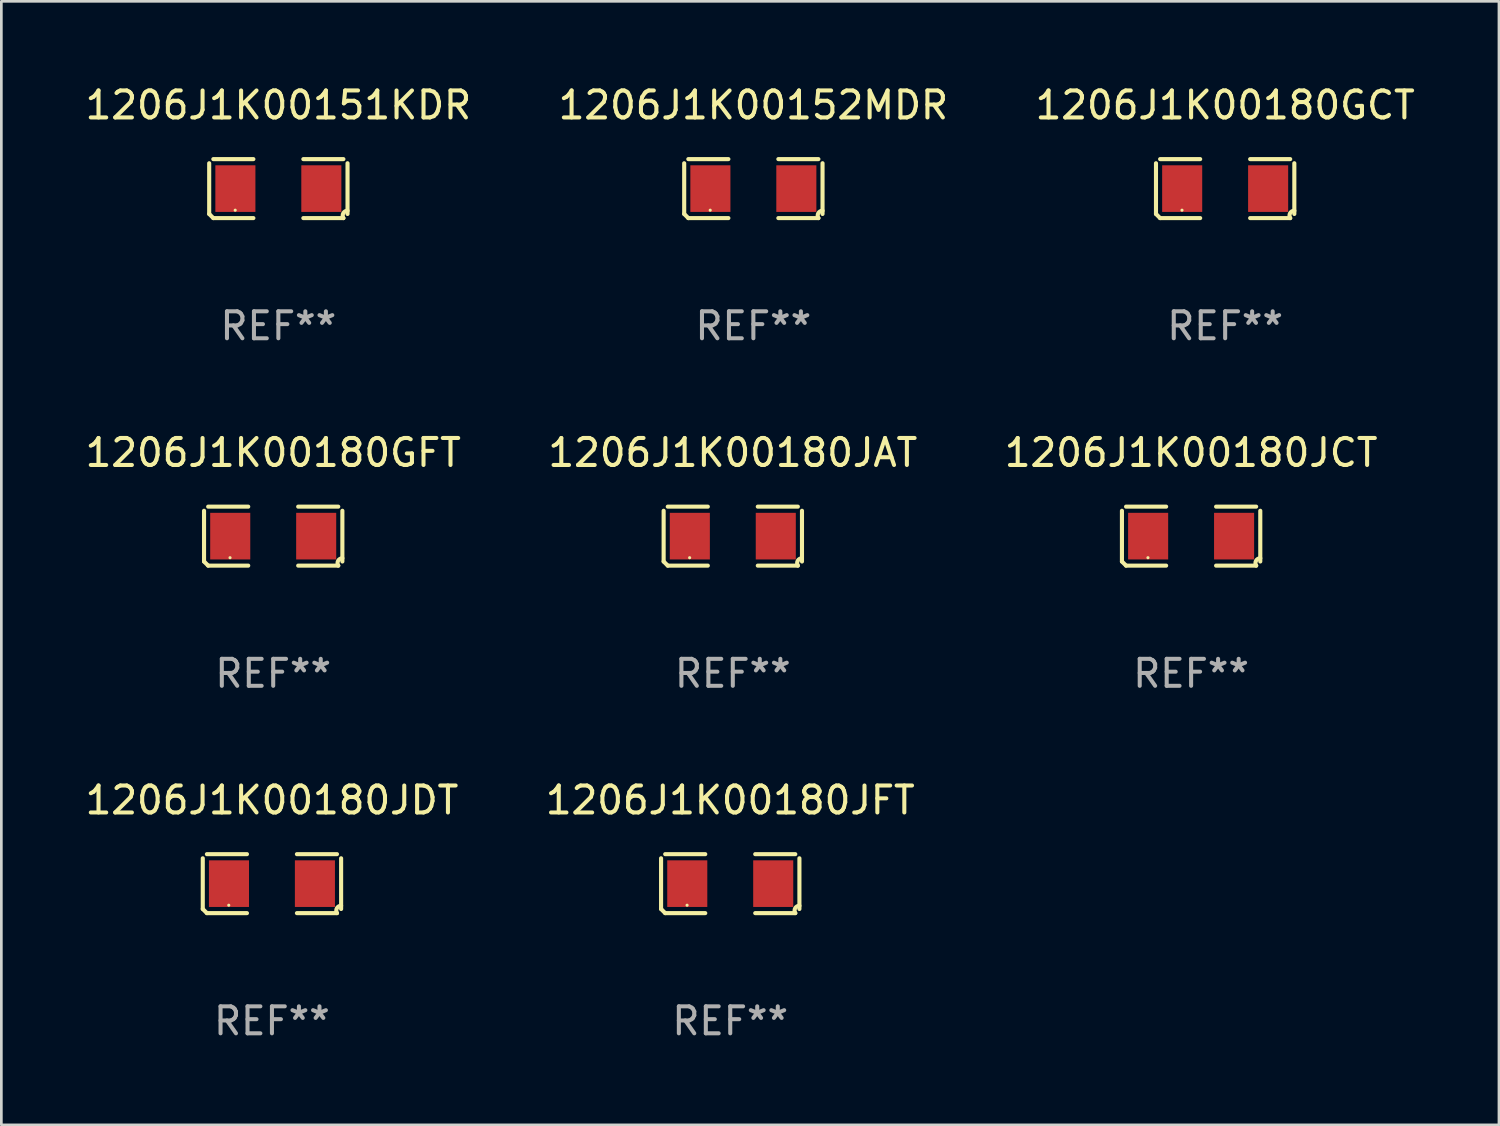
<source format=kicad_pcb>
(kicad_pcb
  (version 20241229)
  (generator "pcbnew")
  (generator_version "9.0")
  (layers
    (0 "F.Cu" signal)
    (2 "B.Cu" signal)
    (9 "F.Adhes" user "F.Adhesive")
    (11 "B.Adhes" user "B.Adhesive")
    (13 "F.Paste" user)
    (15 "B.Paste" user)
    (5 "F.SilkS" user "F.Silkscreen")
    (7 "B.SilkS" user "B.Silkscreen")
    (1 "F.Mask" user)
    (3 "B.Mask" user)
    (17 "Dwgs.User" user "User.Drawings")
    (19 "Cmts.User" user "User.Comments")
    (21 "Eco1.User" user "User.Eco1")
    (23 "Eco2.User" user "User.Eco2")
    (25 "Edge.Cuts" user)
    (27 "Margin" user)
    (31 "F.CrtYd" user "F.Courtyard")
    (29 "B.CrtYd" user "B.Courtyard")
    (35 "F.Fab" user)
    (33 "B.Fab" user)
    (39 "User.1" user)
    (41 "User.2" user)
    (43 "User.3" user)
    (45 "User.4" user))
  (footprint "1206J1K00152MDR"
    (layer "F.Cu")
    (at 24.875 3.941)
    (property "Reference" "1206J1K00152MDR" (at 0 -3.093 0) (layer "F.SilkS") (effects (font (size 1 1) (thickness 0.15))))
    (attr through_hole)
    (fp_line (start -2.564 0.94) (end -2.564 -0.94) (stroke (width 0.152) (type solid)) (layer "F.SilkS"))
    (fp_line (start -2.411 -1.093) (end -0.926 -1.093) (stroke (width 0.152) (type solid)) (layer "F.SilkS"))
    (fp_line (start -0.926 1.093) (end -2.411 1.093) (stroke (width 0.152) (type solid)) (layer "F.SilkS"))
    (fp_line (start 0.926 1.093) (end 2.411 1.093) (stroke (width 0.152) (type solid)) (layer "F.SilkS"))
    (fp_line (start 2.411 -1.093) (end 0.926 -1.093) (stroke (width 0.152) (type solid)) (layer "F.SilkS"))
    (fp_line (start 2.564 0.94) (end 2.564 -0.94) (stroke (width 0.152) (type solid)) (layer "F.SilkS"))
    (fp_arc (start -2.411201 1.092609) (mid -2.487413 1.01642) (end -2.563602 0.940208) (stroke (width 0.1524) (type solid)) (layer "F.SilkS"))
    (fp_arc (start 2.411201 1.092609) (mid 2.407159 0.911226) (end 2.563602 0.819347) (stroke (width 0.1524) (type solid)) (layer "F.SilkS"))
    (fp_circle (center -1.6 0.8) (end -1.57 0.8) (stroke (width 0.06) (type solid)) (fill no) (layer "F.SilkS"))
    (fp_text user "REF**" (at 0 5.093 0) (layer "F.Fab") (effects (font (size 1 1) (thickness 0.15))))
    (pad "1" smd rect (at -1.593 0) (size 1.485 1.728) (layers "F.Cu" "F.Mask" "F.Paste"))
    (pad "2" smd rect (at 1.593 0) (size 1.485 1.728) (layers "F.Cu" "F.Mask" "F.Paste")))
  (footprint "1206J1K00180JCT"
    (layer "F.Cu")
    (at 41.101 16.823)
    (property "Reference" "1206J1K00180JCT" (at 0 -3.093 0) (layer "F.SilkS") (effects (font (size 1 1) (thickness 0.15))))
    (attr through_hole)
    (fp_line (start -2.564 0.94) (end -2.564 -0.94) (stroke (width 0.152) (type solid)) (layer "F.SilkS"))
    (fp_line (start -2.411 -1.093) (end -0.926 -1.093) (stroke (width 0.152) (type solid)) (layer "F.SilkS"))
    (fp_line (start -0.926 1.093) (end -2.411 1.093) (stroke (width 0.152) (type solid)) (layer "F.SilkS"))
    (fp_line (start 0.926 1.093) (end 2.411 1.093) (stroke (width 0.152) (type solid)) (layer "F.SilkS"))
    (fp_line (start 2.411 -1.093) (end 0.926 -1.093) (stroke (width 0.152) (type solid)) (layer "F.SilkS"))
    (fp_line (start 2.564 0.94) (end 2.564 -0.94) (stroke (width 0.152) (type solid)) (layer "F.SilkS"))
    (fp_arc (start -2.411201 1.092609) (mid -2.487413 1.01642) (end -2.563602 0.940208) (stroke (width 0.1524) (type solid)) (layer "F.SilkS"))
    (fp_arc (start 2.411201 1.092609) (mid 2.407159 0.911226) (end 2.563602 0.819347) (stroke (width 0.1524) (type solid)) (layer "F.SilkS"))
    (fp_circle (center -1.6 0.8) (end -1.57 0.8) (stroke (width 0.06) (type solid)) (fill no) (layer "F.SilkS"))
    (fp_text user "REF**" (at 0 5.093 0) (layer "F.Fab") (effects (font (size 1 1) (thickness 0.15))))
    (pad "1" smd rect (at -1.593 0) (size 1.485 1.728) (layers "F.Cu" "F.Mask" "F.Paste"))
    (pad "2" smd rect (at 1.593 0) (size 1.485 1.728) (layers "F.Cu" "F.Mask" "F.Paste")))
  (footprint "1206J1K00180JFT"
    (layer "F.Cu")
    (at 24.018 29.704)
    (property "Reference" "1206J1K00180JFT" (at 0 -3.093 0) (layer "F.SilkS") (effects (font (size 1 1) (thickness 0.15))))
    (attr through_hole)
    (fp_line (start -2.564 0.94) (end -2.564 -0.94) (stroke (width 0.152) (type solid)) (layer "F.SilkS"))
    (fp_line (start -2.411 -1.093) (end -0.926 -1.093) (stroke (width 0.152) (type solid)) (layer "F.SilkS"))
    (fp_line (start -0.926 1.093) (end -2.411 1.093) (stroke (width 0.152) (type solid)) (layer "F.SilkS"))
    (fp_line (start 0.926 1.093) (end 2.411 1.093) (stroke (width 0.152) (type solid)) (layer "F.SilkS"))
    (fp_line (start 2.411 -1.093) (end 0.926 -1.093) (stroke (width 0.152) (type solid)) (layer "F.SilkS"))
    (fp_line (start 2.564 0.94) (end 2.564 -0.94) (stroke (width 0.152) (type solid)) (layer "F.SilkS"))
    (fp_arc (start -2.411201 1.092609) (mid -2.487413 1.01642) (end -2.563602 0.940208) (stroke (width 0.1524) (type solid)) (layer "F.SilkS"))
    (fp_arc (start 2.411201 1.092609) (mid 2.407159 0.911226) (end 2.563602 0.819347) (stroke (width 0.1524) (type solid)) (layer "F.SilkS"))
    (fp_circle (center -1.6 0.8) (end -1.57 0.8) (stroke (width 0.06) (type solid)) (fill no) (layer "F.SilkS"))
    (fp_text user "REF**" (at 0 5.093 0) (layer "F.Fab") (effects (font (size 1 1) (thickness 0.15))))
    (pad "1" smd rect (at -1.593 0) (size 1.485 1.728) (layers "F.Cu" "F.Mask" "F.Paste"))
    (pad "2" smd rect (at 1.593 0) (size 1.485 1.728) (layers "F.Cu" "F.Mask" "F.Paste")))
  (footprint "1206J1K00180GFT"
    (layer "F.Cu")
    (at 7.077 16.823)
    (property "Reference" "1206J1K00180GFT" (at 0 -3.093 0) (layer "F.SilkS") (effects (font (size 1 1) (thickness 0.15))))
    (attr through_hole)
    (fp_line (start -2.564 0.94) (end -2.564 -0.94) (stroke (width 0.152) (type solid)) (layer "F.SilkS"))
    (fp_line (start -2.411 -1.093) (end -0.926 -1.093) (stroke (width 0.152) (type solid)) (layer "F.SilkS"))
    (fp_line (start -0.926 1.093) (end -2.411 1.093) (stroke (width 0.152) (type solid)) (layer "F.SilkS"))
    (fp_line (start 0.926 1.093) (end 2.411 1.093) (stroke (width 0.152) (type solid)) (layer "F.SilkS"))
    (fp_line (start 2.411 -1.093) (end 0.926 -1.093) (stroke (width 0.152) (type solid)) (layer "F.SilkS"))
    (fp_line (start 2.564 0.94) (end 2.564 -0.94) (stroke (width 0.152) (type solid)) (layer "F.SilkS"))
    (fp_arc (start -2.411201 1.092609) (mid -2.487413 1.01642) (end -2.563602 0.940208) (stroke (width 0.1524) (type solid)) (layer "F.SilkS"))
    (fp_arc (start 2.411201 1.092609) (mid 2.407159 0.911226) (end 2.563602 0.819347) (stroke (width 0.1524) (type solid)) (layer "F.SilkS"))
    (fp_circle (center -1.6 0.8) (end -1.57 0.8) (stroke (width 0.06) (type solid)) (fill no) (layer "F.SilkS"))
    (fp_text user "REF**" (at 0 5.093 0) (layer "F.Fab") (effects (font (size 1 1) (thickness 0.15))))
    (pad "1" smd rect (at -1.593 0) (size 1.485 1.728) (layers "F.Cu" "F.Mask" "F.Paste"))
    (pad "2" smd rect (at 1.593 0) (size 1.485 1.728) (layers "F.Cu" "F.Mask" "F.Paste")))
  (footprint "1206J1K00180JAT"
    (layer "F.Cu")
    (at 24.113 16.823)
    (property "Reference" "1206J1K00180JAT" (at 0 -3.093 0) (layer "F.SilkS") (effects (font (size 1 1) (thickness 0.15))))
    (attr through_hole)
    (fp_line (start -2.564 0.94) (end -2.564 -0.94) (stroke (width 0.152) (type solid)) (layer "F.SilkS"))
    (fp_line (start -2.411 -1.093) (end -0.926 -1.093) (stroke (width 0.152) (type solid)) (layer "F.SilkS"))
    (fp_line (start -0.926 1.093) (end -2.411 1.093) (stroke (width 0.152) (type solid)) (layer "F.SilkS"))
    (fp_line (start 0.926 1.093) (end 2.411 1.093) (stroke (width 0.152) (type solid)) (layer "F.SilkS"))
    (fp_line (start 2.411 -1.093) (end 0.926 -1.093) (stroke (width 0.152) (type solid)) (layer "F.SilkS"))
    (fp_line (start 2.564 0.94) (end 2.564 -0.94) (stroke (width 0.152) (type solid)) (layer "F.SilkS"))
    (fp_arc (start -2.411201 1.092609) (mid -2.487413 1.01642) (end -2.563602 0.940208) (stroke (width 0.1524) (type solid)) (layer "F.SilkS"))
    (fp_arc (start 2.411201 1.092609) (mid 2.407159 0.911226) (end 2.563602 0.819347) (stroke (width 0.1524) (type solid)) (layer "F.SilkS"))
    (fp_circle (center -1.6 0.8) (end -1.57 0.8) (stroke (width 0.06) (type solid)) (fill no) (layer "F.SilkS"))
    (fp_text user "REF**" (at 0 5.093 0) (layer "F.Fab") (effects (font (size 1 1) (thickness 0.15))))
    (pad "1" smd rect (at -1.593 0) (size 1.485 1.728) (layers "F.Cu" "F.Mask" "F.Paste"))
    (pad "2" smd rect (at 1.593 0) (size 1.485 1.728) (layers "F.Cu" "F.Mask" "F.Paste")))
  (footprint "1206J1K00180GCT"
    (layer "F.Cu")
    (at 42.363 3.941)
    (property "Reference" "1206J1K00180GCT" (at 0 -3.093 0) (layer "F.SilkS") (effects (font (size 1 1) (thickness 0.15))))
    (attr through_hole)
    (fp_line (start -2.564 0.94) (end -2.564 -0.94) (stroke (width 0.152) (type solid)) (layer "F.SilkS"))
    (fp_line (start -2.411 -1.093) (end -0.926 -1.093) (stroke (width 0.152) (type solid)) (layer "F.SilkS"))
    (fp_line (start -0.926 1.093) (end -2.411 1.093) (stroke (width 0.152) (type solid)) (layer "F.SilkS"))
    (fp_line (start 0.926 1.093) (end 2.411 1.093) (stroke (width 0.152) (type solid)) (layer "F.SilkS"))
    (fp_line (start 2.411 -1.093) (end 0.926 -1.093) (stroke (width 0.152) (type solid)) (layer "F.SilkS"))
    (fp_line (start 2.564 0.94) (end 2.564 -0.94) (stroke (width 0.152) (type solid)) (layer "F.SilkS"))
    (fp_arc (start -2.411201 1.092609) (mid -2.487413 1.01642) (end -2.563602 0.940208) (stroke (width 0.1524) (type solid)) (layer "F.SilkS"))
    (fp_arc (start 2.411201 1.092609) (mid 2.407159 0.911226) (end 2.563602 0.819347) (stroke (width 0.1524) (type solid)) (layer "F.SilkS"))
    (fp_circle (center -1.6 0.8) (end -1.57 0.8) (stroke (width 0.06) (type solid)) (fill no) (layer "F.SilkS"))
    (fp_text user "REF**" (at 0 5.093 0) (layer "F.Fab") (effects (font (size 1 1) (thickness 0.15))))
    (pad "1" smd rect (at -1.593 0) (size 1.485 1.728) (layers "F.Cu" "F.Mask" "F.Paste"))
    (pad "2" smd rect (at 1.593 0) (size 1.485 1.728) (layers "F.Cu" "F.Mask" "F.Paste")))
  (footprint "1206J1K00180JDT"
    (layer "F.Cu")
    (at 7.03 29.704)
    (property "Reference" "1206J1K00180JDT" (at 0 -3.093 0) (layer "F.SilkS") (effects (font (size 1 1) (thickness 0.15))))
    (attr through_hole)
    (fp_line (start -2.564 0.94) (end -2.564 -0.94) (stroke (width 0.152) (type solid)) (layer "F.SilkS"))
    (fp_line (start -2.411 -1.093) (end -0.926 -1.093) (stroke (width 0.152) (type solid)) (layer "F.SilkS"))
    (fp_line (start -0.926 1.093) (end -2.411 1.093) (stroke (width 0.152) (type solid)) (layer "F.SilkS"))
    (fp_line (start 0.926 1.093) (end 2.411 1.093) (stroke (width 0.152) (type solid)) (layer "F.SilkS"))
    (fp_line (start 2.411 -1.093) (end 0.926 -1.093) (stroke (width 0.152) (type solid)) (layer "F.SilkS"))
    (fp_line (start 2.564 0.94) (end 2.564 -0.94) (stroke (width 0.152) (type solid)) (layer "F.SilkS"))
    (fp_arc (start -2.411201 1.092609) (mid -2.487413 1.01642) (end -2.563602 0.940208) (stroke (width 0.1524) (type solid)) (layer "F.SilkS"))
    (fp_arc (start 2.411201 1.092609) (mid 2.407159 0.911226) (end 2.563602 0.819347) (stroke (width 0.1524) (type solid)) (layer "F.SilkS"))
    (fp_circle (center -1.6 0.8) (end -1.57 0.8) (stroke (width 0.06) (type solid)) (fill no) (layer "F.SilkS"))
    (fp_text user "REF**" (at 0 5.093 0) (layer "F.Fab") (effects (font (size 1 1) (thickness 0.15))))
    (pad "1" smd rect (at -1.593 0) (size 1.485 1.728) (layers "F.Cu" "F.Mask" "F.Paste"))
    (pad "2" smd rect (at 1.593 0) (size 1.485 1.728) (layers "F.Cu" "F.Mask" "F.Paste")))
  (footprint "1206J1K00151KDR"
    (layer "F.Cu")
    (at 7.268 3.941)
    (property "Reference" "1206J1K00151KDR" (at 0 -3.093 0) (layer "F.SilkS") (effects (font (size 1 1) (thickness 0.15))))
    (attr through_hole)
    (fp_line (start -2.564 0.94) (end -2.564 -0.94) (stroke (width 0.152) (type solid)) (layer "F.SilkS"))
    (fp_line (start -2.411 -1.093) (end -0.926 -1.093) (stroke (width 0.152) (type solid)) (layer "F.SilkS"))
    (fp_line (start -0.926 1.093) (end -2.411 1.093) (stroke (width 0.152) (type solid)) (layer "F.SilkS"))
    (fp_line (start 0.926 1.093) (end 2.411 1.093) (stroke (width 0.152) (type solid)) (layer "F.SilkS"))
    (fp_line (start 2.411 -1.093) (end 0.926 -1.093) (stroke (width 0.152) (type solid)) (layer "F.SilkS"))
    (fp_line (start 2.564 0.94) (end 2.564 -0.94) (stroke (width 0.152) (type solid)) (layer "F.SilkS"))
    (fp_arc (start -2.411201 1.092609) (mid -2.487413 1.01642) (end -2.563602 0.940208) (stroke (width 0.1524) (type solid)) (layer "F.SilkS"))
    (fp_arc (start 2.411201 1.092609) (mid 2.407159 0.911226) (end 2.563602 0.819347) (stroke (width 0.1524) (type solid)) (layer "F.SilkS"))
    (fp_circle (center -1.6 0.8) (end -1.57 0.8) (stroke (width 0.06) (type solid)) (fill no) (layer "F.SilkS"))
    (fp_text user "REF**" (at 0 5.093 0) (layer "F.Fab") (effects (font (size 1 1) (thickness 0.15))))
    (pad "1" smd rect (at -1.593 0) (size 1.485 1.728) (layers "F.Cu" "F.Mask" "F.Paste"))
    (pad "2" smd rect (at 1.593 0) (size 1.485 1.728) (layers "F.Cu" "F.Mask" "F.Paste")))
  (gr_rect
    (start -3 -3)
    (end 52.512 38.645)
    (stroke (width 0.1) (type default))
    (fill no)
    (layer "Edge.Cuts")))
</source>
